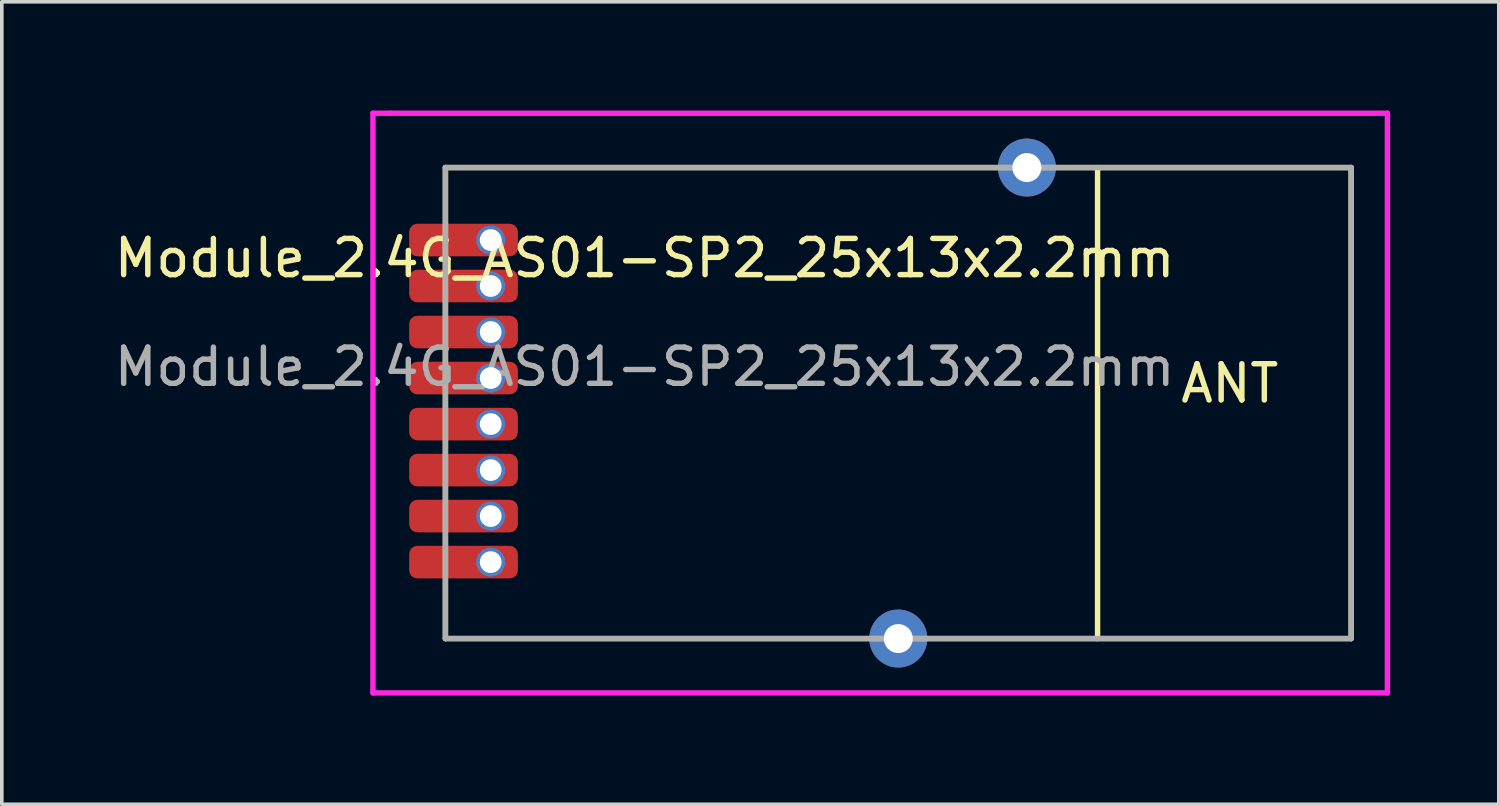
<source format=kicad_pcb>
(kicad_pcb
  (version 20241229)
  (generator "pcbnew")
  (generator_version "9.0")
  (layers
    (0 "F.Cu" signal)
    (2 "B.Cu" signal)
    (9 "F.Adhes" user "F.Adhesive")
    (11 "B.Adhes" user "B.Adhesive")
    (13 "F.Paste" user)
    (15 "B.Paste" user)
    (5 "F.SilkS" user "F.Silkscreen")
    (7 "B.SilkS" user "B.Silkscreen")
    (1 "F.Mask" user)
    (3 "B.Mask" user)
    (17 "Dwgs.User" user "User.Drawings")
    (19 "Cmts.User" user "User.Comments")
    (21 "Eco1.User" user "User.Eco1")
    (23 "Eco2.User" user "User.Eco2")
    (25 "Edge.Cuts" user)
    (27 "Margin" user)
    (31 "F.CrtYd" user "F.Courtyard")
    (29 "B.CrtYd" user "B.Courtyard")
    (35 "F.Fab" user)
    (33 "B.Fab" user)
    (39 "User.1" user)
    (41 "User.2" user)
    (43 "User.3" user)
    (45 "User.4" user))
  (footprint "Module_2.4G_AS01-SP2_25x13x2.2mm"
    (layer "F.Cu")
    (at 9.244 1.575)
    (property "Reference" "Module_2.4G_AS01-SP2_25x13x2.2mm" (at 5.5 2.5 0) (layer "F.SilkS") (effects (font (size 1 1) (thickness 0.15))))
    (attr smd)
    (fp_line (start 0 0) (end 0 13) (stroke (width 0.15) (type solid)) (layer "F.SilkS"))
    (fp_line (start 0 0) (end 25 0) (stroke (width 0.15) (type solid)) (layer "F.SilkS"))
    (fp_line (start 0 13) (end 25 13) (stroke (width 0.15) (type solid)) (layer "F.SilkS"))
    (fp_line (start 18 0) (end 18 13) (stroke (width 0.15) (type solid)) (layer "F.SilkS"))
    (fp_line (start 25 0) (end 25 13) (stroke (width 0.15) (type solid)) (layer "F.SilkS"))
    (fp_line (start -2 -1.5) (end -1.5 -1.5) (stroke (width 0.15) (type solid)) (layer "F.CrtYd"))
    (fp_line (start -2 14.5) (end -2 -1.5) (stroke (width 0.15) (type solid)) (layer "F.CrtYd"))
    (fp_line (start -1.5 -1.5) (end 26 -1.5) (stroke (width 0.15) (type solid)) (layer "F.CrtYd"))
    (fp_line (start 26 -1.5) (end 26 14.5) (stroke (width 0.15) (type solid)) (layer "F.CrtYd"))
    (fp_line (start 26 14.5) (end -2 14.5) (stroke (width 0.15) (type solid)) (layer "F.CrtYd"))
    (fp_line (start 0 0) (end 25 0) (stroke (width 0.15) (type solid)) (layer "F.Fab"))
    (fp_line (start 0 13) (end 0 0) (stroke (width 0.15) (type solid)) (layer "F.Fab"))
    (fp_line (start 25 0) (end 25 13) (stroke (width 0.15) (type solid)) (layer "F.Fab"))
    (fp_line (start 25 13) (end 0 13) (stroke (width 0.15) (type solid)) (layer "F.Fab"))
    (fp_text user "ANT" (at 21.65 5.96 0) (unlocked yes) (layer "F.SilkS") (effects (font (size 1 1) (thickness 0.15))))
    (fp_text user "${REFERENCE}" (at 5.5 5.5 0) (layer "F.Fab") (effects (font (size 1 1) (thickness 0.15))))
    (pad "1" smd roundrect (at 0.5 2) (size 3 0.9) (layers "F.Cu" "F.Mask" "F.Paste") (roundrect_rratio 0.25))
    (pad "1" thru_hole circle (at 1.25 2) (size 0.8 0.8) (drill 0.6) (layers "*.Cu" "*.Mask"))
    (pad "2" smd roundrect (at 0.5 3.27) (size 3 0.9) (layers "F.Cu" "F.Mask" "F.Paste") (roundrect_rratio 0.25))
    (pad "2" thru_hole circle (at 1.25 3.27) (size 0.8 0.8) (drill 0.6) (layers "*.Cu" "*.Mask"))
    (pad "3" smd roundrect (at 0.5 4.54) (size 3 0.9) (layers "F.Cu" "F.Mask" "F.Paste") (roundrect_rratio 0.25))
    (pad "3" thru_hole circle (at 1.25 4.54) (size 0.8 0.8) (drill 0.6) (layers "*.Cu" "*.Mask"))
    (pad "4" smd roundrect (at 0.5 5.81) (size 3 0.9) (layers "F.Cu" "F.Mask" "F.Paste") (roundrect_rratio 0.25))
    (pad "4" thru_hole circle (at 1.25 5.81) (size 0.8 0.8) (drill 0.6) (layers "*.Cu" "*.Mask"))
    (pad "5" smd roundrect (at 0.5 7.08) (size 3 0.9) (layers "F.Cu" "F.Mask" "F.Paste") (roundrect_rratio 0.25))
    (pad "5" thru_hole circle (at 1.25 7.08) (size 0.8 0.8) (drill 0.6) (layers "*.Cu" "*.Mask"))
    (pad "6" smd roundrect (at 0.5 8.35) (size 3 0.9) (layers "F.Cu" "F.Mask" "F.Paste") (roundrect_rratio 0.25))
    (pad "6" thru_hole circle (at 1.25 8.35) (size 0.8 0.8) (drill 0.6) (layers "*.Cu" "*.Mask"))
    (pad "7" smd roundrect (at 0.5 9.62) (size 3 0.9) (layers "F.Cu" "F.Mask" "F.Paste") (roundrect_rratio 0.25))
    (pad "7" thru_hole circle (at 1.25 9.62) (size 0.8 0.8) (drill 0.6) (layers "*.Cu" "*.Mask"))
    (pad "8" smd roundrect (at 0.5 10.89) (size 3 0.9) (layers "F.Cu" "F.Mask" "F.Paste") (roundrect_rratio 0.25))
    (pad "8" thru_hole circle (at 1.25 10.89) (size 0.8 0.8) (drill 0.6) (layers "*.Cu" "*.Mask"))
    (pad "9" thru_hole circle (at 12.5 13) (size 1.6 1.6) (drill 0.8) (layers "*.Cu" "*.Mask" "F.Paste"))
    (pad "10" thru_hole circle (at 16.05 0) (size 1.6 1.6) (drill 0.8) (layers "*.Cu" "*.Mask" "F.Paste")))
  (gr_rect
    (start -3 -3)
    (end 38.319 19.15)
    (stroke (width 0.1) (type default))
    (fill no)
    (layer "Edge.Cuts")))
</source>
